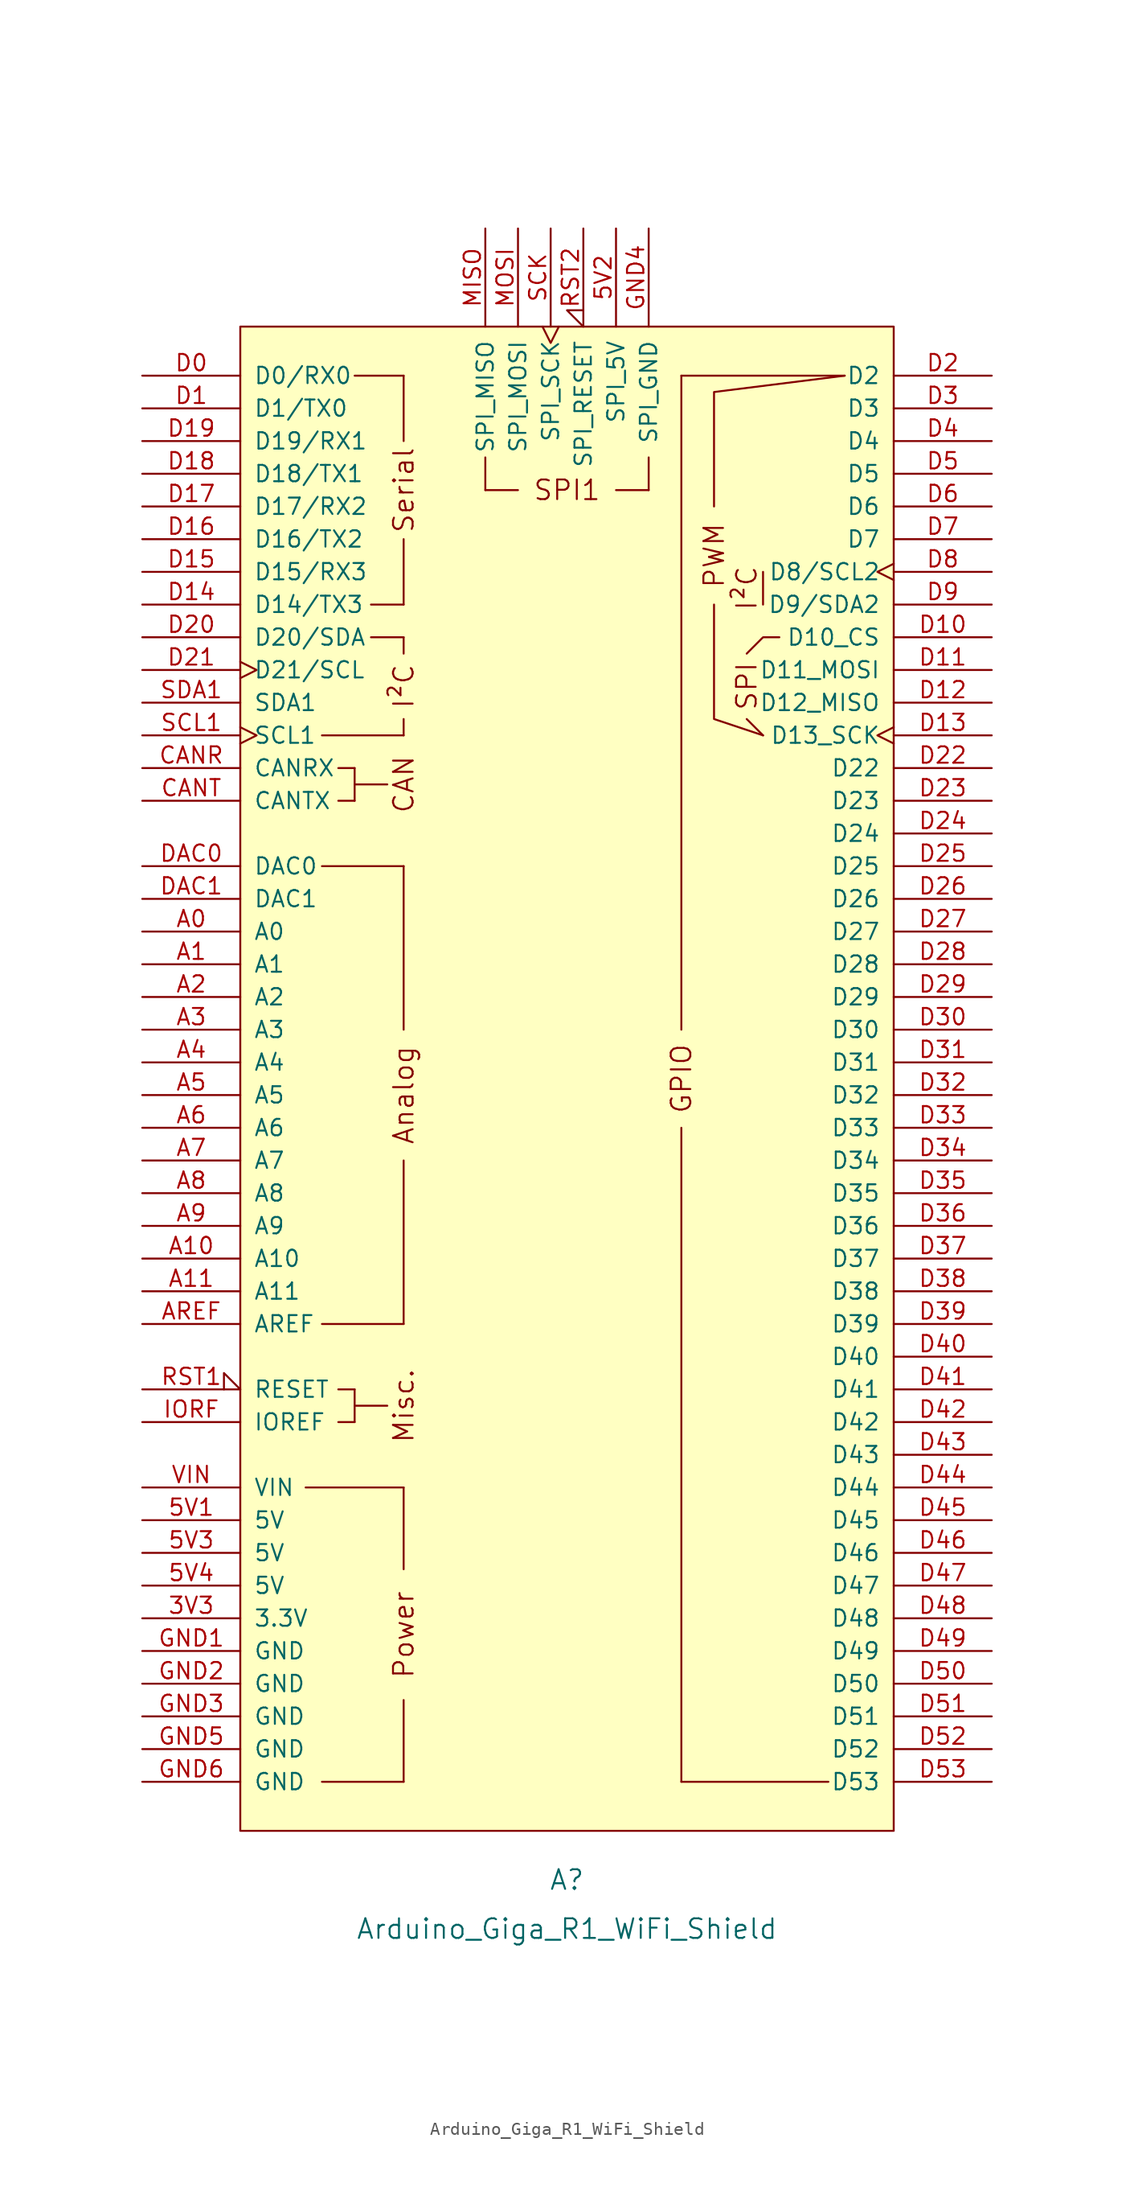
<source format=kicad_sym>
(kicad_symbol_lib
  (version 20241209)
  (generator "kicad_symbol_editor")
  (generator_version "9.0")
  (symbol "Arduino_Giga_R1_WiFi_Shield"
    (pin_names
      (offset 1.016))
    (property "Reference" "A"
      (at 0 -62.23 0)
      (effects (font (size 1.524 1.524))))
    (property "Value" "Arduino_Giga_R1_WiFi_Shield"
      (at 0 -66.04 0)
      (effects (font (size 1.524 1.524))))
    (symbol "Arduino_Giga_R1_WiFi_Shield_0_0"
      (rectangle (start -25.4 -58.42) (end 25.4 58.42) (stroke (width 0) (type default)) (fill (type background)))
      (rectangle (start -20.32 -31.75) (end -12.7 -31.75) (stroke (width 0) (type default)) (fill (type none)))
      (rectangle (start -19.05 26.67) (end -12.7 26.67) (stroke (width 0) (type default)) (fill (type none)))
      (rectangle (start -19.05 16.51) (end -12.7 16.51) (stroke (width 0) (type default)) (fill (type none)))
      (rectangle (start -19.05 -19.05) (end -12.7 -19.05) (stroke (width 0) (type default)) (fill (type none)))
      (rectangle (start -19.05 -54.61) (end -12.7 -54.61) (stroke (width 0) (type default)) (fill (type none)))
      (rectangle (start -17.78 24.13) (end -16.51 24.13) (stroke (width 0) (type default)) (fill (type none)))
      (rectangle (start -17.78 21.59) (end -16.51 21.59) (stroke (width 0) (type default)) (fill (type none)))
      (rectangle (start -17.78 -24.13) (end -16.51 -24.13) (stroke (width 0) (type default)) (fill (type none)))
      (rectangle (start -17.78 -26.67) (end -16.51 -26.67) (stroke (width 0) (type default)) (fill (type none)))
      (rectangle (start -16.51 54.61) (end -12.7 54.61) (stroke (width 0) (type default)) (fill (type none)))
      (rectangle (start -16.51 24.13) (end -16.51 21.59) (stroke (width 0) (type default)) (fill (type none)))
      (rectangle (start -16.51 22.86) (end -13.97 22.86) (stroke (width 0) (type default)) (fill (type none)))
      (rectangle (start -16.51 -24.13) (end -16.51 -26.67) (stroke (width 0) (type default)) (fill (type none)))
      (rectangle (start -16.51 -25.4) (end -13.97 -25.4) (stroke (width 0) (type default)) (fill (type none)))
      (rectangle (start -15.24 36.83) (end -12.7 36.83) (stroke (width 0) (type default)) (fill (type none)))
      (rectangle (start -15.24 34.29) (end -12.7 34.29) (stroke (width 0) (type default)) (fill (type none)))
      (rectangle (start -12.7 49.53) (end -12.7 54.61) (stroke (width 0) (type default)) (fill (type none)))
      (rectangle (start -12.7 41.91) (end -12.7 36.83) (stroke (width 0) (type default)) (fill (type none)))
      (rectangle (start -12.7 34.29) (end -12.7 33.02) (stroke (width 0) (type default)) (fill (type none)))
      (rectangle (start -12.7 26.67) (end -12.7 27.94) (stroke (width 0) (type default)) (fill (type none)))
      (rectangle (start -12.7 16.51) (end -12.7 3.81) (stroke (width 0) (type default)) (fill (type none)))
      (rectangle (start -12.7 -6.35) (end -12.7 -19.05) (stroke (width 0) (type default)) (fill (type none)))
      (rectangle (start -12.7 -31.75) (end -12.7 -38.1) (stroke (width 0) (type default)) (fill (type none)))
      (rectangle (start -12.7 -54.61) (end -12.7 -48.26) (stroke (width 0) (type default)) (fill (type none)))
      (rectangle (start -6.35 48.26) (end -6.35 45.72) (stroke (width 0) (type default)) (fill (type none)))
      (rectangle (start -6.35 45.72) (end -3.81 45.72) (stroke (width 0) (type default)) (fill (type none)))
      (rectangle (start 3.81 45.72) (end 6.35 45.72) (stroke (width 0) (type default)) (fill (type none)))
      (rectangle (start 6.35 48.26) (end 6.35 45.72) (stroke (width 0) (type default)) (fill (type none)))
      (polyline (pts (xy 8.89 -54.61) (xy 20.32 -54.61)) (stroke (width 0) (type default)) (fill (type none)))
      (polyline (pts (xy 11.43 44.45) (xy 11.43 53.34) (xy 21.59 54.61)) (stroke (width 0) (type default)) (fill (type none)))
      (polyline (pts (xy 13.97 33.02) (xy 15.24 34.29) (xy 16.51 34.29)) (stroke (width 0) (type default)) (fill (type none)))
      (polyline (pts (xy 15.24 39.37) (xy 15.24 36.83)) (stroke (width 0) (type default)) (fill (type none)))
      (polyline (pts (xy 15.24 26.67) (xy 13.97 27.94)) (stroke (width 0) (type default)) (fill (type none)))
      (polyline (pts (xy 15.24 26.67) (xy 11.43 27.94) (xy 11.43 36.83)) (stroke (width 0) (type default)) (fill (type none)))
      (polyline (pts (xy 21.59 54.61) (xy 8.89 54.61)) (stroke (width 0) (type default)) (fill (type none)))
      (text "Serial" (at -12.7 45.72 900) (effects (font (size 1.524 1.524))))
      (text "I²C" (at -12.7 30.48 900) (effects (font (size 1.524 1.524))))
      (text "CAN" (at -12.7 22.86 900) (effects (font (size 1.524 1.524))))
      (text "Analog" (at -12.7 -1.27 900) (effects (font (size 1.524 1.524))))
      (text "Misc." (at -12.7 -25.4 900) (effects (font (size 1.524 1.524))))
      (text "Power" (at -12.7 -43.18 900) (effects (font (size 1.524 1.524))))
      (text "SPI1" (at 0 45.72 0) (effects (font (size 1.524 1.524))))
      (text "PWM" (at 11.43 40.64 900) (effects (font (size 1.524 1.524))))
      (text "I²C" (at 13.97 38.1 900) (effects (font (size 1.524 1.524))))
      (text "SPI" (at 13.97 30.48 900) (effects (font (size 1.524 1.524)))))
    (symbol "Arduino_Giga_R1_WiFi_Shield_1_0"
      (rectangle (start 8.89 54.61) (end 8.89 3.81) (stroke (width 0) (type default)) (fill (type none)))
      (rectangle (start 8.89 -3.81) (end 8.89 -54.61) (stroke (width 0) (type default)) (fill (type none)))
      (text "GPIO" (at 8.89 0 900) (effects (font (size 1.524 1.524)))))
    (symbol "Arduino_Giga_R1_WiFi_Shield_1_1"
      (pin bidirectional line (at -33.02 54.61 0) (length 7.62) (name "D0/RX0" (effects (font (size 1.27 1.27)))) (number "D0" (effects (font (size 1.27 1.27)))))
      (pin bidirectional line (at -33.02 52.07 0) (length 7.62) (name "D1/TX0" (effects (font (size 1.27 1.27)))) (number "D1" (effects (font (size 1.27 1.27)))))
      (pin bidirectional line (at -33.02 49.53 0) (length 7.62) (name "D19/RX1" (effects (font (size 1.27 1.27)))) (number "D19" (effects (font (size 1.27 1.27)))))
      (pin bidirectional line (at -33.02 46.99 0) (length 7.62) (name "D18/TX1" (effects (font (size 1.27 1.27)))) (number "D18" (effects (font (size 1.27 1.27)))))
      (pin bidirectional line (at -33.02 44.45 0) (length 7.62) (name "D17/RX2" (effects (font (size 1.27 1.27)))) (number "D17" (effects (font (size 1.27 1.27)))))
      (pin bidirectional line (at -33.02 41.91 0) (length 7.62) (name "D16/TX2" (effects (font (size 1.27 1.27)))) (number "D16" (effects (font (size 1.27 1.27)))))
      (pin bidirectional line (at -33.02 39.37 0) (length 7.62) (name "D15/RX3" (effects (font (size 1.27 1.27)))) (number "D15" (effects (font (size 1.27 1.27)))))
      (pin bidirectional line (at -33.02 36.83 0) (length 7.62) (name "D14/TX3" (effects (font (size 1.27 1.27)))) (number "D14" (effects (font (size 1.27 1.27)))))
      (pin bidirectional line (at -33.02 34.29 0) (length 7.62) (name "D20/SDA" (effects (font (size 1.27 1.27)))) (number "D20" (effects (font (size 1.27 1.27)))))
      (pin bidirectional clock (at -33.02 31.75 0) (length 7.62) (name "D21/SCL" (effects (font (size 1.27 1.27)))) (number "D21" (effects (font (size 1.27 1.27)))))
      (pin bidirectional line (at -33.02 29.21 0) (length 7.62) (name "SDA1" (effects (font (size 1.27 1.27)))) (number "SDA1" (effects (font (size 1.27 1.27)))))
      (pin bidirectional clock (at -33.02 26.67 0) (length 7.62) (name "SCL1" (effects (font (size 1.27 1.27)))) (number "SCL1" (effects (font (size 1.27 1.27)))))
      (pin bidirectional line (at -33.02 24.13 0) (length 7.62) (name "CANRX" (effects (font (size 1.27 1.27)))) (number "CANR" (effects (font (size 1.27 1.27)))))
      (pin bidirectional line (at -33.02 21.59 0) (length 7.62) (name "CANTX" (effects (font (size 1.27 1.27)))) (number "CANT" (effects (font (size 1.27 1.27)))))
      (pin bidirectional line (at -33.02 16.51 0) (length 7.62) (name "DAC0" (effects (font (size 1.27 1.27)))) (number "DAC0" (effects (font (size 1.27 1.27)))))
      (pin bidirectional line (at -33.02 13.97 0) (length 7.62) (name "DAC1" (effects (font (size 1.27 1.27)))) (number "DAC1" (effects (font (size 1.27 1.27)))))
      (pin bidirectional line (at -33.02 11.43 0) (length 7.62) (name "A0" (effects (font (size 1.27 1.27)))) (number "A0" (effects (font (size 1.27 1.27)))))
      (pin bidirectional line (at -33.02 8.89 0) (length 7.62) (name "A1" (effects (font (size 1.27 1.27)))) (number "A1" (effects (font (size 1.27 1.27)))))
      (pin bidirectional line (at -33.02 6.35 0) (length 7.62) (name "A2" (effects (font (size 1.27 1.27)))) (number "A2" (effects (font (size 1.27 1.27)))))
      (pin bidirectional line (at -33.02 3.81 0) (length 7.62) (name "A3" (effects (font (size 1.27 1.27)))) (number "A3" (effects (font (size 1.27 1.27)))))
      (pin bidirectional line (at -33.02 1.27 0) (length 7.62) (name "A4" (effects (font (size 1.27 1.27)))) (number "A4" (effects (font (size 1.27 1.27)))))
      (pin bidirectional line (at -33.02 -1.27 0) (length 7.62) (name "A5" (effects (font (size 1.27 1.27)))) (number "A5" (effects (font (size 1.27 1.27)))))
      (pin bidirectional line (at -33.02 -3.81 0) (length 7.62) (name "A6" (effects (font (size 1.27 1.27)))) (number "A6" (effects (font (size 1.27 1.27)))))
      (pin bidirectional line (at -33.02 -6.35 0) (length 7.62) (name "A7" (effects (font (size 1.27 1.27)))) (number "A7" (effects (font (size 1.27 1.27)))))
      (pin input line (at -33.02 -8.89 0) (length 7.62) (name "A8" (effects (font (size 1.27 1.27)))) (number "A8" (effects (font (size 1.27 1.27)))))
      (pin input line (at -33.02 -11.43 0) (length 7.62) (name "A9" (effects (font (size 1.27 1.27)))) (number "A9" (effects (font (size 1.27 1.27)))))
      (pin input line (at -33.02 -13.97 0) (length 7.62) (name "A10" (effects (font (size 1.27 1.27)))) (number "A10" (effects (font (size 1.27 1.27)))))
      (pin input line (at -33.02 -16.51 0) (length 7.62) (name "A11" (effects (font (size 1.27 1.27)))) (number "A11" (effects (font (size 1.27 1.27)))))
      (pin input line (at -33.02 -19.05 0) (length 7.62) (name "AREF" (effects (font (size 1.27 1.27)))) (number "AREF" (effects (font (size 1.27 1.27)))))
      (pin open_collector input_low (at -33.02 -24.13 0) (length 7.62) (name "RESET" (effects (font (size 1.27 1.27)))) (number "RST1" (effects (font (size 1.27 1.27)))))
      (pin output line (at -33.02 -26.67 0) (length 7.62) (name "IOREF" (effects (font (size 1.27 1.27)))) (number "IORF" (effects (font (size 1.27 1.27)))))
      (pin power_in line (at -33.02 -31.75 0) (length 7.62) (name "VIN" (effects (font (size 1.27 1.27)))) (number "VIN" (effects (font (size 1.27 1.27)))))
      (pin power_in line (at -33.02 -34.29 0) (length 7.62) (name "5V" (effects (font (size 1.27 1.27)))) (number "5V1" (effects (font (size 1.27 1.27)))))
      (pin power_in line (at -33.02 -36.83 0) (length 7.62) (name "5V" (effects (font (size 1.27 1.27)))) (number "5V3" (effects (font (size 1.27 1.27)))))
      (pin power_in line (at -33.02 -39.37 0) (length 7.62) (name "5V" (effects (font (size 1.27 1.27)))) (number "5V4" (effects (font (size 1.27 1.27)))))
      (pin power_out line (at -33.02 -41.91 0) (length 7.62) (name "3.3V" (effects (font (size 1.27 1.27)))) (number "3V3" (effects (font (size 1.27 1.27)))))
      (pin power_in line (at -33.02 -44.45 0) (length 7.62) (name "GND" (effects (font (size 1.27 1.27)))) (number "GND1" (effects (font (size 1.27 1.27)))))
      (pin power_in line (at -33.02 -46.99 0) (length 7.62) (name "GND" (effects (font (size 1.27 1.27)))) (number "GND2" (effects (font (size 1.27 1.27)))))
      (pin power_in line (at -33.02 -49.53 0) (length 7.62) (name "GND" (effects (font (size 1.27 1.27)))) (number "GND3" (effects (font (size 1.27 1.27)))))
      (pin power_in line (at -33.02 -52.07 0) (length 7.62) (name "GND" (effects (font (size 1.27 1.27)))) (number "GND5" (effects (font (size 1.27 1.27)))))
      (pin power_in line (at -33.02 -54.61 0) (length 7.62) (name "GND" (effects (font (size 1.27 1.27)))) (number "GND6" (effects (font (size 1.27 1.27)))))
      (pin input line (at -6.35 66.04 270) (length 7.62) (name "SPI_MISO" (effects (font (size 1.27 1.27)))) (number "MISO" (effects (font (size 1.27 1.27)))))
      (pin output line (at -3.81 66.04 270) (length 7.62) (name "SPI_MOSI" (effects (font (size 1.27 1.27)))) (number "MOSI" (effects (font (size 1.27 1.27)))))
      (pin output clock (at -1.27 66.04 270) (length 7.62) (name "SPI_SCK" (effects (font (size 1.27 1.27)))) (number "SCK" (effects (font (size 1.27 1.27)))))
      (pin open_collector input_low (at 1.27 66.04 270) (length 7.62) (name "SPI_RESET" (effects (font (size 1.27 1.27)))) (number "RST2" (effects (font (size 1.27 1.27)))))
      (pin power_in line (at 3.81 66.04 270) (length 7.62) (name "SPI_5V" (effects (font (size 1.27 1.27)))) (number "5V2" (effects (font (size 1.27 1.27)))))
      (pin power_in line (at 6.35 66.04 270) (length 7.62) (name "SPI_GND" (effects (font (size 1.27 1.27)))) (number "GND4" (effects (font (size 1.27 1.27)))))
      (pin bidirectional line (at 33.02 54.61 180) (length 7.62) (name "D2" (effects (font (size 1.27 1.27)))) (number "D2" (effects (font (size 1.27 1.27)))))
      (pin bidirectional line (at 33.02 52.07 180) (length 7.62) (name "D3" (effects (font (size 1.27 1.27)))) (number "D3" (effects (font (size 1.27 1.27)))))
      (pin bidirectional line (at 33.02 49.53 180) (length 7.62) (name "D4" (effects (font (size 1.27 1.27)))) (number "D4" (effects (font (size 1.27 1.27)))))
      (pin bidirectional line (at 33.02 46.99 180) (length 7.62) (name "D5" (effects (font (size 1.27 1.27)))) (number "D5" (effects (font (size 1.27 1.27)))))
      (pin bidirectional line (at 33.02 44.45 180) (length 7.62) (name "D6" (effects (font (size 1.27 1.27)))) (number "D6" (effects (font (size 1.27 1.27)))))
      (pin bidirectional line (at 33.02 41.91 180) (length 7.62) (name "D7" (effects (font (size 1.27 1.27)))) (number "D7" (effects (font (size 1.27 1.27)))))
      (pin bidirectional clock (at 33.02 39.37 180) (length 7.62) (name "D8/SCL2" (effects (font (size 1.27 1.27)))) (number "D8" (effects (font (size 1.27 1.27)))))
      (pin bidirectional line (at 33.02 36.83 180) (length 7.62) (name "D9/SDA2" (effects (font (size 1.27 1.27)))) (number "D9" (effects (font (size 1.27 1.27)))))
      (pin bidirectional line (at 33.02 34.29 180) (length 7.62) (name "D10_CS" (effects (font (size 1.27 1.27)))) (number "D10" (effects (font (size 1.27 1.27)))))
      (pin bidirectional line (at 33.02 31.75 180) (length 7.62) (name "D11_MOSI" (effects (font (size 1.27 1.27)))) (number "D11" (effects (font (size 1.27 1.27)))))
      (pin bidirectional line (at 33.02 29.21 180) (length 7.62) (name "D12_MISO" (effects (font (size 1.27 1.27)))) (number "D12" (effects (font (size 1.27 1.27)))))
      (pin bidirectional clock (at 33.02 26.67 180) (length 7.62) (name "D13_SCK" (effects (font (size 1.27 1.27)))) (number "D13" (effects (font (size 1.27 1.27)))))
      (pin bidirectional line (at 33.02 24.13 180) (length 7.62) (name "D22" (effects (font (size 1.27 1.27)))) (number "D22" (effects (font (size 1.27 1.27)))))
      (pin bidirectional line (at 33.02 21.59 180) (length 7.62) (name "D23" (effects (font (size 1.27 1.27)))) (number "D23" (effects (font (size 1.27 1.27)))))
      (pin bidirectional line (at 33.02 19.05 180) (length 7.62) (name "D24" (effects (font (size 1.27 1.27)))) (number "D24" (effects (font (size 1.27 1.27)))))
      (pin bidirectional line (at 33.02 16.51 180) (length 7.62) (name "D25" (effects (font (size 1.27 1.27)))) (number "D25" (effects (font (size 1.27 1.27)))))
      (pin bidirectional line (at 33.02 13.97 180) (length 7.62) (name "D26" (effects (font (size 1.27 1.27)))) (number "D26" (effects (font (size 1.27 1.27)))))
      (pin bidirectional line (at 33.02 11.43 180) (length 7.62) (name "D27" (effects (font (size 1.27 1.27)))) (number "D27" (effects (font (size 1.27 1.27)))))
      (pin bidirectional line (at 33.02 8.89 180) (length 7.62) (name "D28" (effects (font (size 1.27 1.27)))) (number "D28" (effects (font (size 1.27 1.27)))))
      (pin bidirectional line (at 33.02 6.35 180) (length 7.62) (name "D29" (effects (font (size 1.27 1.27)))) (number "D29" (effects (font (size 1.27 1.27)))))
      (pin bidirectional line (at 33.02 3.81 180) (length 7.62) (name "D30" (effects (font (size 1.27 1.27)))) (number "D30" (effects (font (size 1.27 1.27)))))
      (pin bidirectional line (at 33.02 1.27 180) (length 7.62) (name "D31" (effects (font (size 1.27 1.27)))) (number "D31" (effects (font (size 1.27 1.27)))))
      (pin bidirectional line (at 33.02 -1.27 180) (length 7.62) (name "D32" (effects (font (size 1.27 1.27)))) (number "D32" (effects (font (size 1.27 1.27)))))
      (pin bidirectional line (at 33.02 -3.81 180) (length 7.62) (name "D33" (effects (font (size 1.27 1.27)))) (number "D33" (effects (font (size 1.27 1.27)))))
      (pin bidirectional line (at 33.02 -6.35 180) (length 7.62) (name "D34" (effects (font (size 1.27 1.27)))) (number "D34" (effects (font (size 1.27 1.27)))))
      (pin bidirectional line (at 33.02 -8.89 180) (length 7.62) (name "D35" (effects (font (size 1.27 1.27)))) (number "D35" (effects (font (size 1.27 1.27)))))
      (pin bidirectional line (at 33.02 -11.43 180) (length 7.62) (name "D36" (effects (font (size 1.27 1.27)))) (number "D36" (effects (font (size 1.27 1.27)))))
      (pin bidirectional line (at 33.02 -13.97 180) (length 7.62) (name "D37" (effects (font (size 1.27 1.27)))) (number "D37" (effects (font (size 1.27 1.27)))))
      (pin bidirectional line (at 33.02 -16.51 180) (length 7.62) (name "D38" (effects (font (size 1.27 1.27)))) (number "D38" (effects (font (size 1.27 1.27)))))
      (pin bidirectional line (at 33.02 -19.05 180) (length 7.62) (name "D39" (effects (font (size 1.27 1.27)))) (number "D39" (effects (font (size 1.27 1.27)))))
      (pin bidirectional line (at 33.02 -21.59 180) (length 7.62) (name "D40" (effects (font (size 1.27 1.27)))) (number "D40" (effects (font (size 1.27 1.27)))))
      (pin bidirectional line (at 33.02 -24.13 180) (length 7.62) (name "D41" (effects (font (size 1.27 1.27)))) (number "D41" (effects (font (size 1.27 1.27)))))
      (pin bidirectional line (at 33.02 -26.67 180) (length 7.62) (name "D42" (effects (font (size 1.27 1.27)))) (number "D42" (effects (font (size 1.27 1.27)))))
      (pin bidirectional line (at 33.02 -29.21 180) (length 7.62) (name "D43" (effects (font (size 1.27 1.27)))) (number "D43" (effects (font (size 1.27 1.27)))))
      (pin bidirectional line (at 33.02 -31.75 180) (length 7.62) (name "D44" (effects (font (size 1.27 1.27)))) (number "D44" (effects (font (size 1.27 1.27)))))
      (pin bidirectional line (at 33.02 -34.29 180) (length 7.62) (name "D45" (effects (font (size 1.27 1.27)))) (number "D45" (effects (font (size 1.27 1.27)))))
      (pin bidirectional line (at 33.02 -36.83 180) (length 7.62) (name "D46" (effects (font (size 1.27 1.27)))) (number "D46" (effects (font (size 1.27 1.27)))))
      (pin bidirectional line (at 33.02 -39.37 180) (length 7.62) (name "D47" (effects (font (size 1.27 1.27)))) (number "D47" (effects (font (size 1.27 1.27)))))
      (pin bidirectional line (at 33.02 -41.91 180) (length 7.62) (name "D48" (effects (font (size 1.27 1.27)))) (number "D48" (effects (font (size 1.27 1.27)))))
      (pin bidirectional line (at 33.02 -44.45 180) (length 7.62) (name "D49" (effects (font (size 1.27 1.27)))) (number "D49" (effects (font (size 1.27 1.27)))))
      (pin bidirectional line (at 33.02 -46.99 180) (length 7.62) (name "D50" (effects (font (size 1.27 1.27)))) (number "D50" (effects (font (size 1.27 1.27)))))
      (pin bidirectional line (at 33.02 -49.53 180) (length 7.62) (name "D51" (effects (font (size 1.27 1.27)))) (number "D51" (effects (font (size 1.27 1.27)))))
      (pin bidirectional line (at 33.02 -52.07 180) (length 7.62) (name "D52" (effects (font (size 1.27 1.27)))) (number "D52" (effects (font (size 1.27 1.27)))))
      (pin bidirectional line (at 33.02 -54.61 180) (length 7.62) (name "D53" (effects (font (size 1.27 1.27)))) (number "D53" (effects (font (size 1.27 1.27))))))))
</source>
